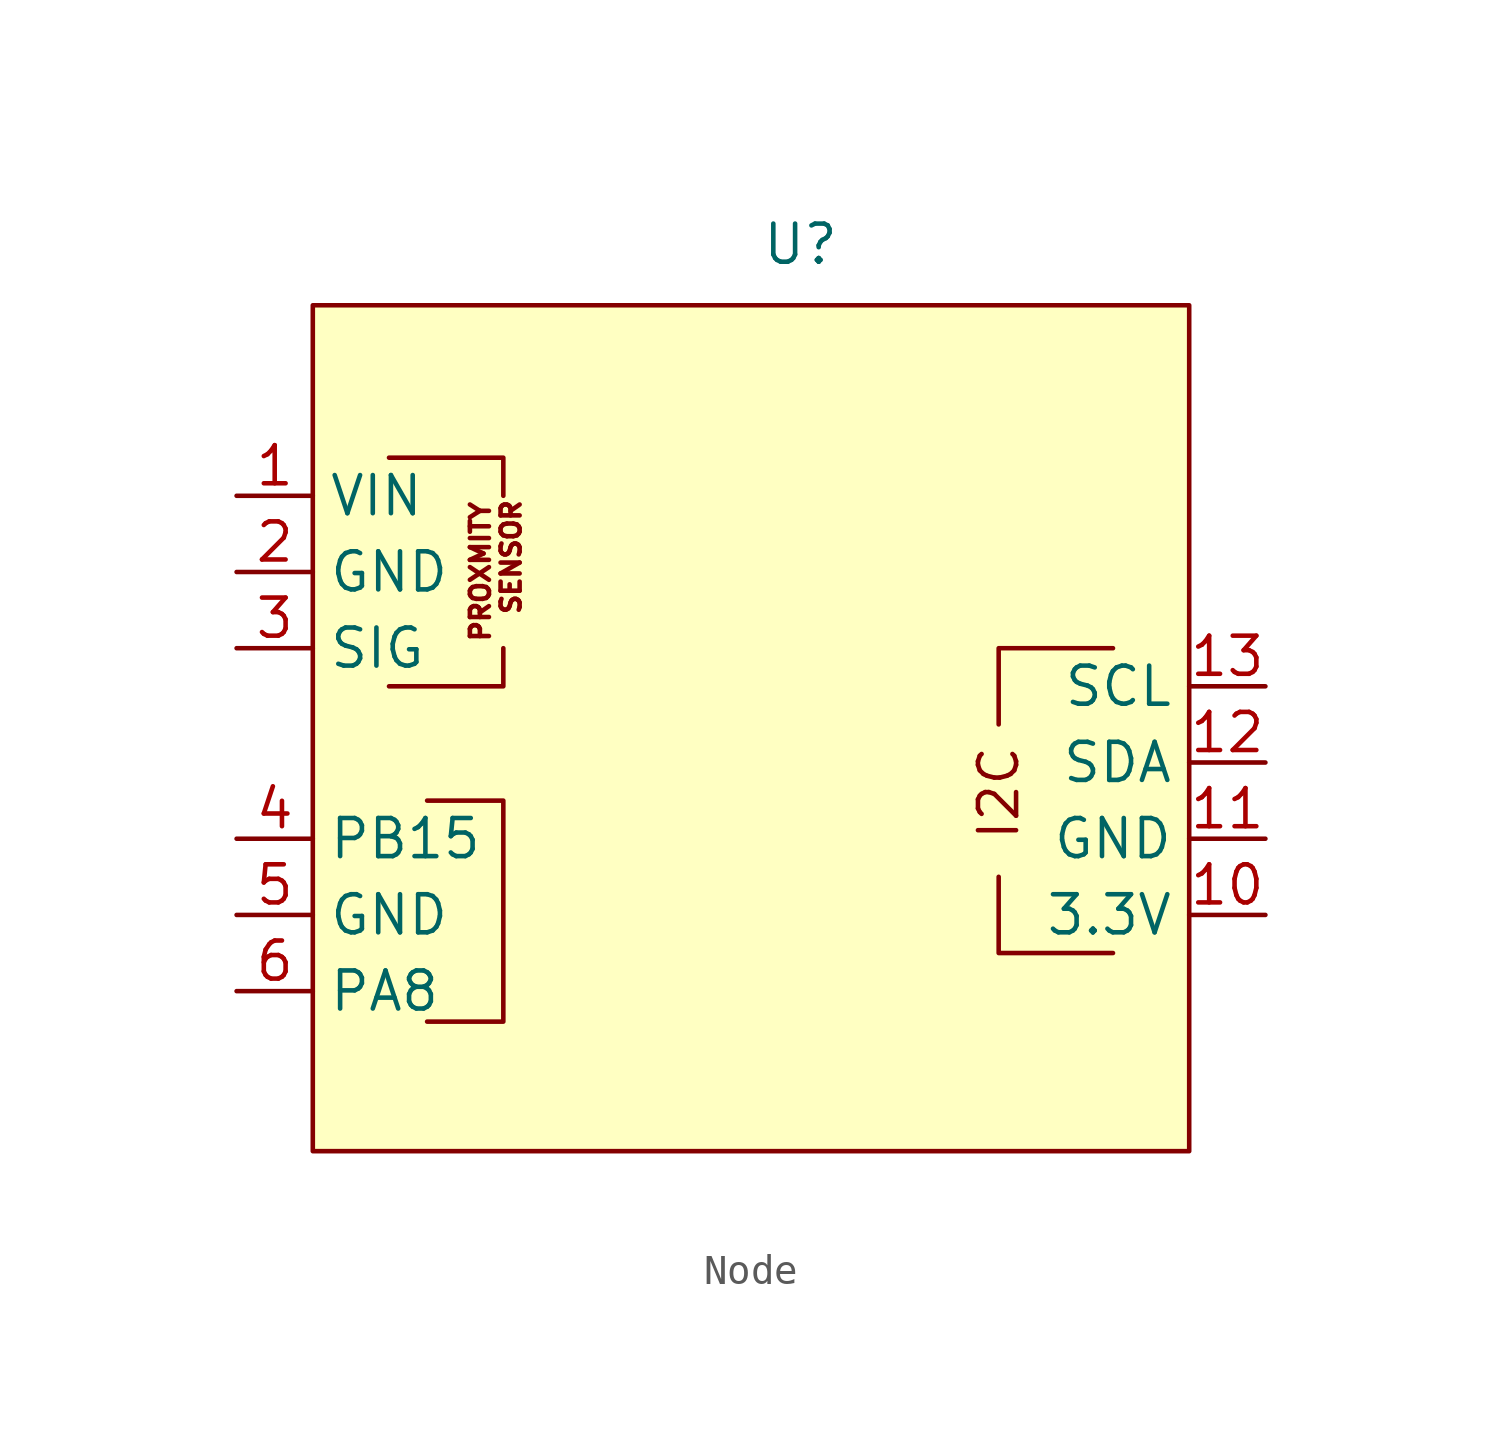
<source format=kicad_sym>
(kicad_symbol_lib
  (version 20231120)
  (generator "kicad_symbol_editor")
  (generator_version "8.0")
  (symbol "Node"
    (property "Reference" "U"
      (at 1.016 16.002 0)
      (effects (font (size 1.27 1.27))))
    (property "Value" ""
      (at -6.35 -3.81 0)
      (effects (font (size 1.27 1.27))))
    (symbol "Node_0_0"
      (pin power_out line (at -17.78 7.62 0) (length 2.54) (name "VIN" (effects (font (size 1.27 1.27)))) (number "1" (effects (font (size 1.27 1.27)))))
      (pin passive line (at 16.51 -6.35 180) (length 2.54) (name "3.3V" (effects (font (size 1.27 1.27)))) (number "10" (effects (font (size 1.27 1.27)))))
      (pin passive line (at 16.51 -3.81 180) (length 2.54) (name "GND" (effects (font (size 1.27 1.27)))) (number "11" (effects (font (size 1.27 1.27)))))
      (pin passive line (at 16.51 -1.27 180) (length 2.54) (name "SDA" (effects (font (size 1.27 1.27)))) (number "12" (effects (font (size 1.27 1.27)))))
      (pin passive line (at 16.51 1.27 180) (length 2.54) (name "SCL" (effects (font (size 1.27 1.27)))) (number "13" (effects (font (size 1.27 1.27)))))
      (pin power_out line (at -17.78 5.08 0) (length 2.54) (name "GND" (effects (font (size 1.27 1.27)))) (number "2" (effects (font (size 1.27 1.27)))))
      (pin input line (at -17.78 2.54 0) (length 2.54) (name "SIG" (effects (font (size 1.27 1.27)))) (number "3" (effects (font (size 1.27 1.27)))))
      (pin passive line (at -17.78 -3.81 0) (length 2.54) (name "PB15" (effects (font (size 1.27 1.27)))) (number "4" (effects (font (size 1.27 1.27)))))
      (pin passive line (at -17.78 -6.35 0) (length 2.54) (name "GND" (effects (font (size 1.27 1.27)))) (number "5" (effects (font (size 1.27 1.27)))))
      (pin passive line (at -17.78 -8.89 0) (length 2.54) (name "PA8" (effects (font (size 1.27 1.27)))) (number "6" (effects (font (size 1.27 1.27))))))
    (symbol "Node_1_1"
      (rectangle (start -15.24 13.97) (end 13.97 -14.224) (stroke (width 0) (type default)) (fill (type background)))
      (polyline (pts (xy -12.7 1.27) (xy -8.89 1.27) (xy -8.89 2.54)) (stroke (width 0) (type default)) (fill (type none)))
      (polyline (pts (xy -12.7 8.89) (xy -8.89 8.89) (xy -8.89 7.62)) (stroke (width 0) (type default)) (fill (type none)))
      (polyline (pts (xy 7.62 0) (xy 7.62 2.54) (xy 11.43 2.54)) (stroke (width 0) (type default)) (fill (type none)))
      (polyline (pts (xy 11.43 -7.62) (xy 7.62 -7.62) (xy 7.62 -5.08)) (stroke (width 0) (type default)) (fill (type none)))
      (polyline (pts (xy -11.43 -2.54) (xy -8.89 -2.54) (xy -8.89 -9.906) (xy -11.43 -9.906)) (stroke (width 0) (type default)) (fill (type none)))
      (text "I2C\n" (at 7.62 -2.286 900) (effects (font (size 1.27 1.27))))
      (text "PROXMITY \n SENSOR\n" (at -9.144 5.334 900) (effects (font (size 0.635 0.635)))))))
</source>
